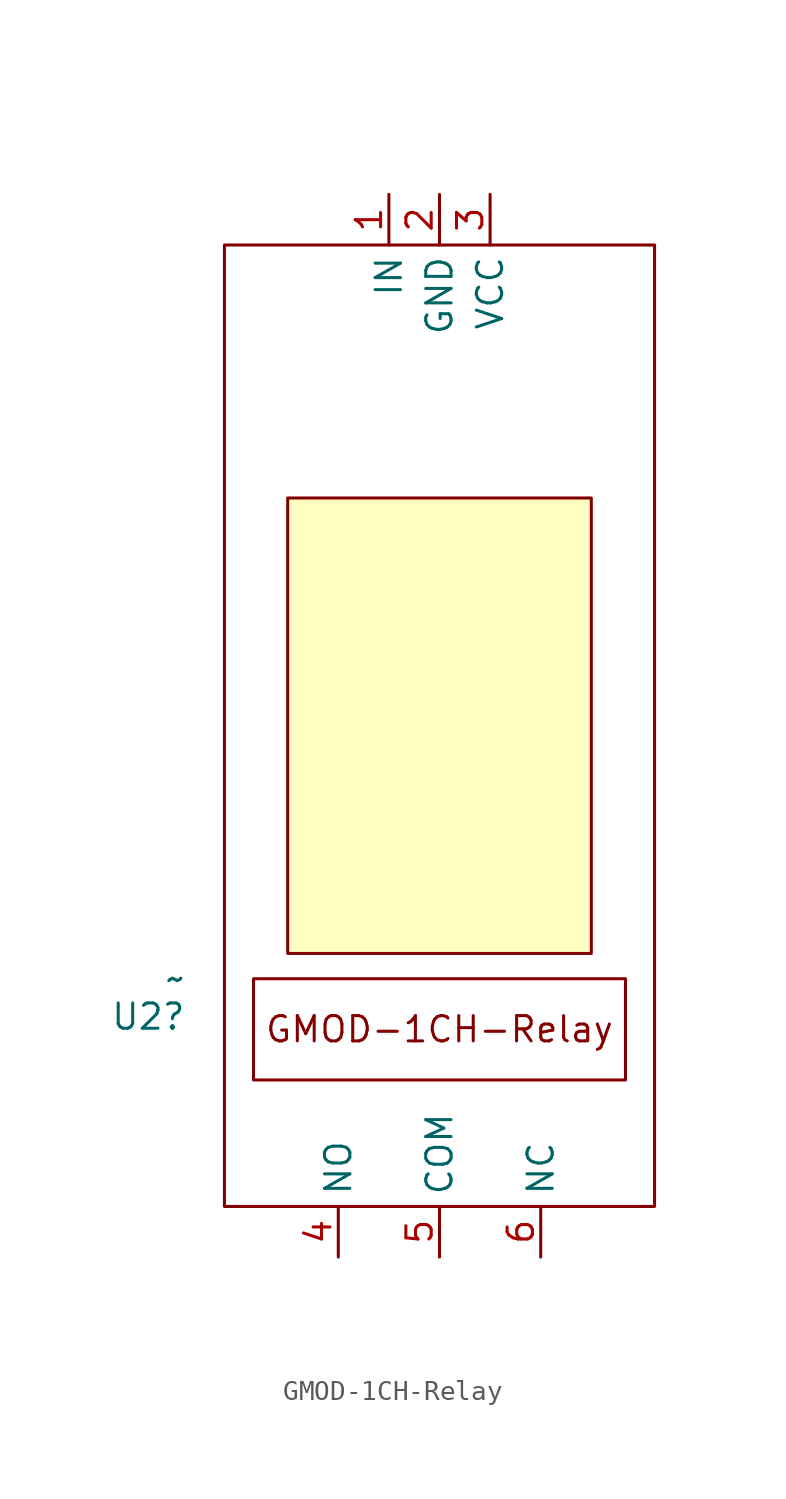
<source format=kicad_sym>
(kicad_symbol_lib
  (version 20241209)
  (generator "kicad_symbol_editor")
  (generator_version "9.0")
  (symbol "GMOD-1CH-Relay"
    (property "Reference" "U2"
      (at -12.7 -14.605 0)
      (effects (font (size 1.27 1.27)) (justify right)))
    (property "Value" "~"
      (at -12.7 -12.7 0)
      (effects (font (size 1.27 1.27)) (justify right)))
    (symbol "GMOD-1CH-Relay_0_1"
      (rectangle (start -10.795 24.13) (end 10.795 -24.13) (stroke (width 0) (type default)) (fill (type none))))
    (symbol "GMOD-1CH-Relay_1_1"
      (rectangle (start -9.335 -12.7) (end 9.335 -17.78) (stroke (width 0) (type default)) (fill (type none)))
      (rectangle (start -7.62 11.43) (end 7.62 -11.43) (stroke (width 0) (type solid)) (fill (type background)))
      (text "GMOD-1CH-Relay" (at 0 -15.24 0) (effects (font (size 1.27 1.27))))
      (pin bidirectional line (at -5.08 -26.67 90) (length 2.54) (name "NO" (effects (font (size 1.27 1.27)))) (number "4" (effects (font (size 1.27 1.27)))))
      (pin bidirectional line (at -2.54 26.67 270) (length 2.54) (name "IN" (effects (font (size 1.27 1.27)))) (number "1" (effects (font (size 1.27 1.27)))))
      (pin power_in line (at 0 26.67 270) (length 2.54) (name "GND" (effects (font (size 1.27 1.27)))) (number "2" (effects (font (size 1.27 1.27)))))
      (pin bidirectional line (at 0 -26.67 90) (length 2.54) (name "COM" (effects (font (size 1.27 1.27)))) (number "5" (effects (font (size 1.27 1.27)))))
      (pin power_in line (at 2.54 26.67 270) (length 2.54) (name "VCC" (effects (font (size 1.27 1.27)))) (number "3" (effects (font (size 1.27 1.27)))))
      (pin bidirectional line (at 5.08 -26.67 90) (length 2.54) (name "NC" (effects (font (size 1.27 1.27)))) (number "6" (effects (font (size 1.27 1.27))))))))
</source>
